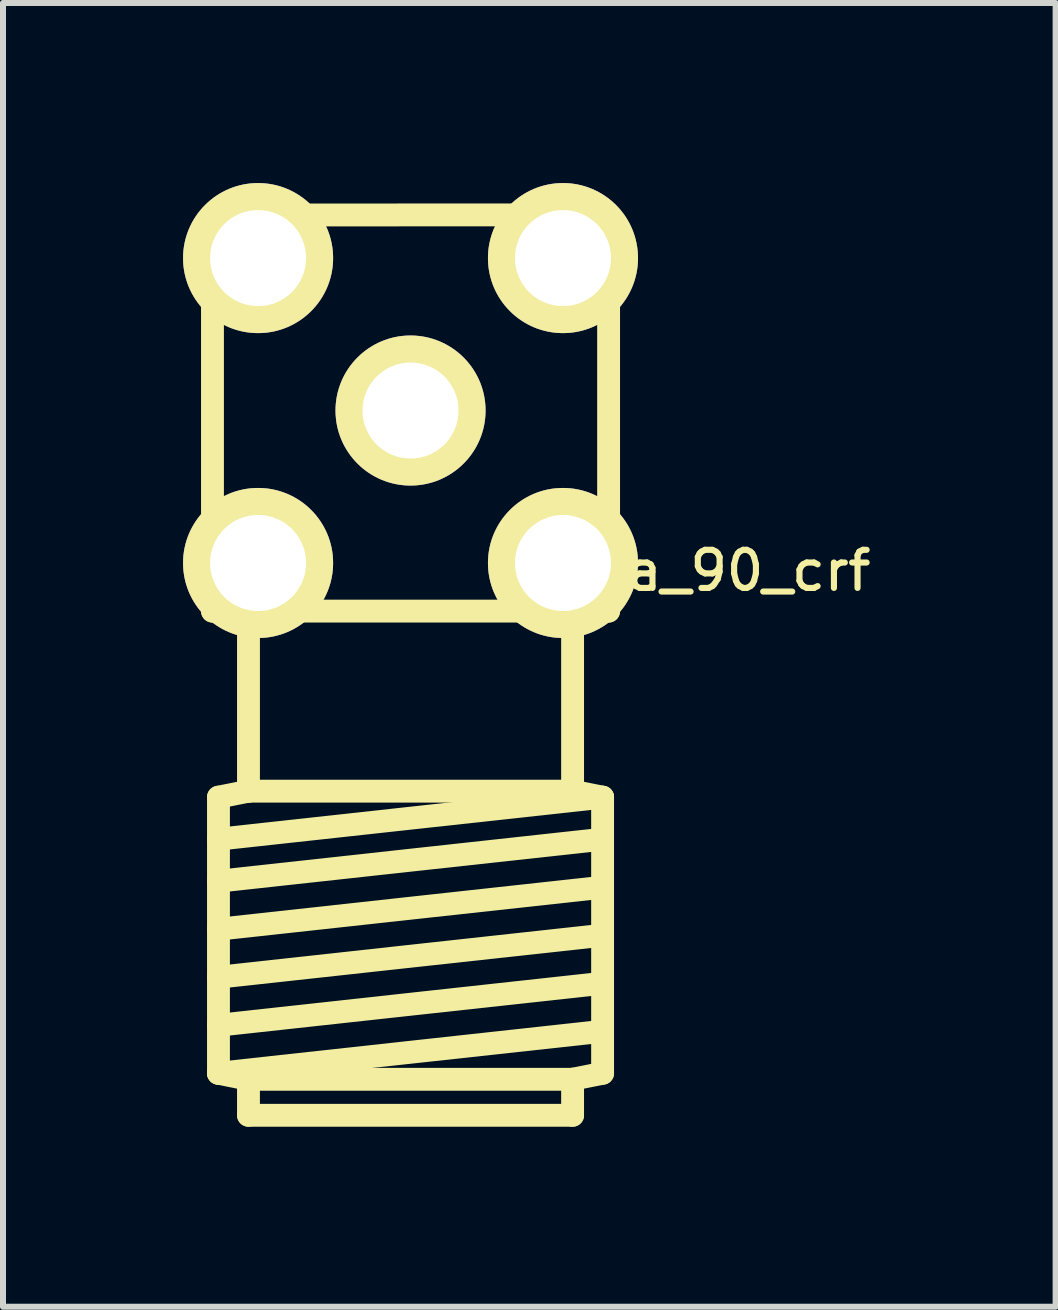
<source format=kicad_pcb>
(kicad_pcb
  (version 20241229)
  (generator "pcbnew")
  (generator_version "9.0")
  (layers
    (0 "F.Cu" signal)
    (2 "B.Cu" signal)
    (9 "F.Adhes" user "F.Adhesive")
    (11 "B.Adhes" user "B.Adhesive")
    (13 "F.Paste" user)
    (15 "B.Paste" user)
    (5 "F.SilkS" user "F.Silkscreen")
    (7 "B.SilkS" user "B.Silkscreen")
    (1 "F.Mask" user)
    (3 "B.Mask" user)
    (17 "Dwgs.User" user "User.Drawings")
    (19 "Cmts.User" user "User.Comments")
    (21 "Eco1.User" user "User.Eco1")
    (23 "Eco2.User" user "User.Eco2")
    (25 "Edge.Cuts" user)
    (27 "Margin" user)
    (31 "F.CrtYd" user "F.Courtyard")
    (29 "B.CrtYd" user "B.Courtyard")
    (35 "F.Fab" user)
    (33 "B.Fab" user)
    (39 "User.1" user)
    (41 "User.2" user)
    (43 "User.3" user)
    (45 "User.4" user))
  (footprint "sma_90_crf"
    (layer "F.Cu")
    (at 3.79 8.032)
    (property "Reference" "sma_90_crf" (at 4.953 -1.575 0) (layer "F.SilkS") (effects (font (size 0.635 0.635) (thickness 0.102))))
    (attr through_hole)
    (fp_line (start -3.3 -7.5) (end 3.3 -7.502) (stroke (width 0.381) (type solid)) (layer "F.SilkS"))
    (fp_line (start -3.3 -0.9) (end -3.3 -7.5) (stroke (width 0.381) (type solid)) (layer "F.SilkS"))
    (fp_line (start -3.2 2.2) (end -3.2 6.8) (stroke (width 0.381) (type solid)) (layer "F.SilkS"))
    (fp_line (start -3.2 2.2) (end -2.7 2.1) (stroke (width 0.381) (type solid)) (layer "F.SilkS"))
    (fp_line (start -3.2 2.9) (end 3.2 2.2) (stroke (width 0.381) (type solid)) (layer "F.SilkS"))
    (fp_line (start -3.2 3.6) (end 3.2 2.9) (stroke (width 0.381) (type solid)) (layer "F.SilkS"))
    (fp_line (start -3.2 4.4) (end 3.2 3.7) (stroke (width 0.381) (type solid)) (layer "F.SilkS"))
    (fp_line (start -3.2 5.2) (end 3.2 4.5) (stroke (width 0.381) (type solid)) (layer "F.SilkS"))
    (fp_line (start -3.2 6) (end 3.2 5.3) (stroke (width 0.381) (type solid)) (layer "F.SilkS"))
    (fp_line (start -3.2 6.8) (end -2.7 6.9) (stroke (width 0.381) (type solid)) (layer "F.SilkS"))
    (fp_line (start -3.2 6.8) (end 3.2 6.1) (stroke (width 0.381) (type solid)) (layer "F.SilkS"))
    (fp_line (start -2.7 2.1) (end -2.7 -0.9) (stroke (width 0.381) (type solid)) (layer "F.SilkS"))
    (fp_line (start -2.7 2.1) (end 2.7 2.1) (stroke (width 0.381) (type solid)) (layer "F.SilkS"))
    (fp_line (start -2.7 6.9) (end 2.7 6.9) (stroke (width 0.381) (type solid)) (layer "F.SilkS"))
    (fp_line (start -2.7 7.5) (end -2.7 6.9) (stroke (width 0.381) (type solid)) (layer "F.SilkS"))
    (fp_line (start -2.7 7.5) (end 2.7 7.5) (stroke (width 0.381) (type solid)) (layer "F.SilkS"))
    (fp_line (start 2.7 -0.9) (end 2.7 2.1) (stroke (width 0.381) (type solid)) (layer "F.SilkS"))
    (fp_line (start 2.7 2.1) (end 3.2 2.2) (stroke (width 0.381) (type solid)) (layer "F.SilkS"))
    (fp_line (start 2.7 6.9) (end 3.2 6.8) (stroke (width 0.381) (type solid)) (layer "F.SilkS"))
    (fp_line (start 2.7 7.5) (end 2.7 6.9) (stroke (width 0.381) (type solid)) (layer "F.SilkS"))
    (fp_line (start 3.2 2.2) (end 3.2 6.8) (stroke (width 0.381) (type solid)) (layer "F.SilkS"))
    (fp_line (start 3.3 -7.5) (end 3.3 -0.9) (stroke (width 0.381) (type solid)) (layer "F.SilkS"))
    (fp_line (start 3.3 -0.9) (end -3.3 -0.9) (stroke (width 0.381) (type solid)) (layer "F.SilkS"))
    (pad "1" thru_hole circle (at 0 -4.242) (size 2.5 2.5) (drill 1.6) (layers "*.Cu" "*.Mask" "F.SilkS"))
    (pad "2" thru_hole circle (at -2.54 -6.782) (size 2.5 2.5) (drill 1.6) (layers "*.Cu" "*.Mask" "F.SilkS"))
    (pad "2" thru_hole circle (at -2.54 -1.702) (size 2.5 2.5) (drill 1.6) (layers "*.Cu" "*.Mask" "F.SilkS"))
    (pad "2" thru_hole circle (at 2.54 -6.782) (size 2.5 2.5) (drill 1.6) (layers "*.Cu" "*.Mask" "F.SilkS"))
    (pad "2" thru_hole circle (at 2.54 -1.702) (size 2.5 2.5) (drill 1.6) (layers "*.Cu" "*.Mask" "F.SilkS")))
  (gr_rect
    (start -3 -3)
    (end 14.538 18.722)
    (stroke (width 0.1) (type default))
    (fill no)
    (layer "Edge.Cuts")))
</source>
